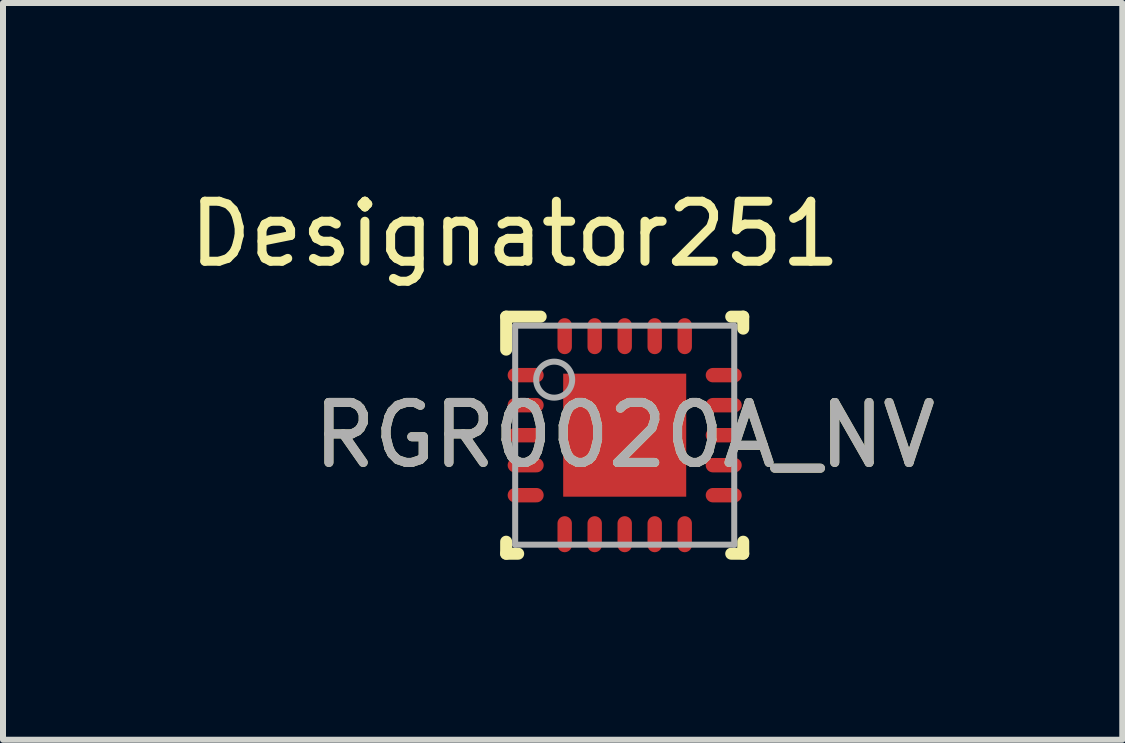
<source format=kicad_pcb>
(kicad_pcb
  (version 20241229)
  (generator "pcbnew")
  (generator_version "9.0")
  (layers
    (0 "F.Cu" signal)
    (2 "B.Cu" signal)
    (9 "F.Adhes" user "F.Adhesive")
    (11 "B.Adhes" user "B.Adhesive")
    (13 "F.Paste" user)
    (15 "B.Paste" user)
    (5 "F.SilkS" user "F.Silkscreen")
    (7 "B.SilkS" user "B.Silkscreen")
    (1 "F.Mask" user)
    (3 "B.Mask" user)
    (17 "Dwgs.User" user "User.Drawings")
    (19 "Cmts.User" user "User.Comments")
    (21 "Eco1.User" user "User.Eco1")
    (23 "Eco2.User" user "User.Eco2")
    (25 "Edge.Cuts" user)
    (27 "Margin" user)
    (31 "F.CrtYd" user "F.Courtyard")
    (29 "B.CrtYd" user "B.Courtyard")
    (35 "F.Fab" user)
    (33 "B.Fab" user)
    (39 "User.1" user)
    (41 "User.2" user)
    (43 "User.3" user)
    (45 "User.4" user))
  (footprint "RGR0020A_NV"
    (layer "F.Cu")
    (at 7.359 4.201)
    (property "Reference" "RGR0020A_NV" (at 0 0 0) (unlocked yes) (layer "F.SilkS") (effects (font (size 1 1) (thickness 0.15))))
    (attr smd)
    (fp_line (start -1.975 -1.975) (end -1.4 -1.975) (stroke (width 0.2) (type solid)) (layer "F.SilkS"))
    (fp_line (start -1.975 -1.425) (end -1.975 -1.975) (stroke (width 0.2) (type solid)) (layer "F.SilkS"))
    (fp_line (start -1.975 1.975) (end -1.975 1.775) (stroke (width 0.2) (type solid)) (layer "F.SilkS"))
    (fp_line (start -1.975 1.975) (end -1.775 1.975) (stroke (width 0.2) (type solid)) (layer "F.SilkS"))
    (fp_line (start 1.775 -1.975) (end 1.975 -1.975) (stroke (width 0.2) (type solid)) (layer "F.SilkS"))
    (fp_line (start 1.775 1.975) (end 1.975 1.975) (stroke (width 0.2) (type solid)) (layer "F.SilkS"))
    (fp_line (start 1.975 -1.775) (end 1.975 -1.975) (stroke (width 0.2) (type solid)) (layer "F.SilkS"))
    (fp_line (start 1.975 1.975) (end 1.975 1.775) (stroke (width 0.2) (type solid)) (layer "F.SilkS"))
    (fp_poly (pts (xy -0.1 -1.017) (xy -1.017 -1.017) (xy -1.017 -0.1) (xy -0.1 -0.1)) (stroke (width 0) (type solid)) (fill yes) (layer "F.Paste"))
    (fp_poly (pts (xy -0.1 0.1) (xy -1.017 0.1) (xy -1.017 1.017) (xy -0.1 1.017)) (stroke (width 0) (type solid)) (fill yes) (layer "F.Paste"))
    (fp_poly (pts (xy 0.1 -0.1) (xy 1.017 -0.1) (xy 1.017 -1.017) (xy 0.1 -1.017)) (stroke (width 0) (type solid)) (fill yes) (layer "F.Paste"))
    (fp_poly (pts (xy 0.1 1.017) (xy 1.017 1.017) (xy 1.017 0.1) (xy 0.1 0.1)) (stroke (width 0) (type solid)) (fill yes) (layer "F.Paste"))
    (fp_line (start -1.825 -1.825) (end 1.825 -1.825) (stroke (width 0.1) (type solid)) (layer "F.Fab"))
    (fp_line (start -1.825 1.825) (end -1.825 -1.825) (stroke (width 0.1) (type solid)) (layer "F.Fab"))
    (fp_line (start -1.825 1.825) (end 1.825 1.825) (stroke (width 0.1) (type solid)) (layer "F.Fab"))
    (fp_line (start 1.825 1.825) (end 1.825 -1.825) (stroke (width 0.1) (type solid)) (layer "F.Fab"))
    (fp_circle (center -1.175 -0.925) (end -0.875 -0.925) (stroke (width 0.1) (type solid)) (fill no) (layer "F.Fab"))
    (fp_text user "Designator251" (at -1.829 -3.353 0) (unlocked yes) (layer "F.SilkS") (effects (font (size 1 1) (thickness 0.15))))
    (fp_text user "${REFERENCE}" (at 0 0 0) (unlocked yes) (layer "F.Fab") (effects (font (size 1 1) (thickness 0.15))))
    (pad "1" smd oval (at -1.65 -1 90) (size 0.24 0.6) (layers "F.Cu" "F.Mask" "F.Paste"))
    (pad "2" smd oval (at -1.65 -0.5 90) (size 0.24 0.6) (layers "F.Cu" "F.Mask" "F.Paste"))
    (pad "3" smd oval (at -1.65 0 90) (size 0.24 0.6) (layers "F.Cu" "F.Mask" "F.Paste"))
    (pad "4" smd oval (at -1.65 0.5 90) (size 0.24 0.6) (layers "F.Cu" "F.Mask" "F.Paste"))
    (pad "5" smd oval (at -1.65 1 90) (size 0.24 0.6) (layers "F.Cu" "F.Mask" "F.Paste"))
    (pad "6" smd oval (at -1 1.65) (size 0.24 0.6) (layers "F.Cu" "F.Mask" "F.Paste"))
    (pad "7" smd oval (at -0.5 1.65) (size 0.24 0.6) (layers "F.Cu" "F.Mask" "F.Paste"))
    (pad "8" smd oval (at 0 1.65) (size 0.24 0.6) (layers "F.Cu" "F.Mask" "F.Paste"))
    (pad "9" smd oval (at 0.5 1.65) (size 0.24 0.6) (layers "F.Cu" "F.Mask" "F.Paste"))
    (pad "10" smd oval (at 1 1.65) (size 0.24 0.6) (layers "F.Cu" "F.Mask" "F.Paste"))
    (pad "11" smd oval (at 1.65 1 90) (size 0.24 0.6) (layers "F.Cu" "F.Mask" "F.Paste"))
    (pad "12" smd oval (at 1.65 0.5 90) (size 0.24 0.6) (layers "F.Cu" "F.Mask" "F.Paste"))
    (pad "13" smd oval (at 1.65 0 90) (size 0.24 0.6) (layers "F.Cu" "F.Mask" "F.Paste"))
    (pad "14" smd oval (at 1.65 -0.5 90) (size 0.24 0.6) (layers "F.Cu" "F.Mask" "F.Paste"))
    (pad "15" smd oval (at 1.65 -1 90) (size 0.24 0.6) (layers "F.Cu" "F.Mask" "F.Paste"))
    (pad "16" smd oval (at 1 -1.65) (size 0.24 0.6) (layers "F.Cu" "F.Mask" "F.Paste"))
    (pad "17" smd oval (at 0.5 -1.65) (size 0.24 0.6) (layers "F.Cu" "F.Mask" "F.Paste"))
    (pad "18" smd oval (at 0 -1.65) (size 0.24 0.6) (layers "F.Cu" "F.Mask" "F.Paste"))
    (pad "19" smd oval (at -0.5 -1.65) (size 0.24 0.6) (layers "F.Cu" "F.Mask" "F.Paste"))
    (pad "20" smd oval (at -1 -1.65) (size 0.24 0.6) (layers "F.Cu" "F.Mask" "F.Paste"))
    (pad "21" smd rect (at 0 0) (size 2.05 2.05) (layers "F.Cu" "F.Mask")))
  (gr_rect
    (start -3 -3)
    (end 15.65 9.276)
    (stroke (width 0.1) (type default))
    (fill no)
    (layer "Edge.Cuts")))
</source>
